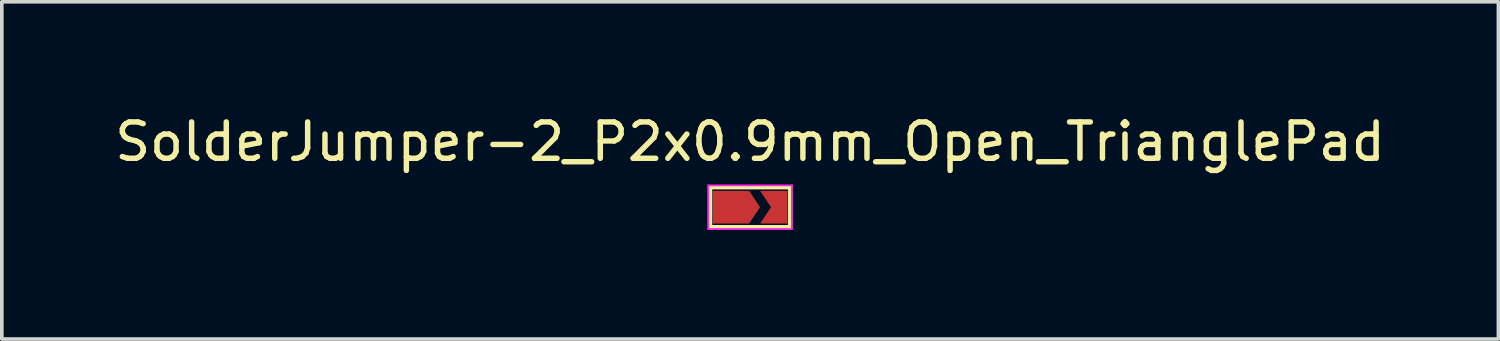
<source format=kicad_pcb>
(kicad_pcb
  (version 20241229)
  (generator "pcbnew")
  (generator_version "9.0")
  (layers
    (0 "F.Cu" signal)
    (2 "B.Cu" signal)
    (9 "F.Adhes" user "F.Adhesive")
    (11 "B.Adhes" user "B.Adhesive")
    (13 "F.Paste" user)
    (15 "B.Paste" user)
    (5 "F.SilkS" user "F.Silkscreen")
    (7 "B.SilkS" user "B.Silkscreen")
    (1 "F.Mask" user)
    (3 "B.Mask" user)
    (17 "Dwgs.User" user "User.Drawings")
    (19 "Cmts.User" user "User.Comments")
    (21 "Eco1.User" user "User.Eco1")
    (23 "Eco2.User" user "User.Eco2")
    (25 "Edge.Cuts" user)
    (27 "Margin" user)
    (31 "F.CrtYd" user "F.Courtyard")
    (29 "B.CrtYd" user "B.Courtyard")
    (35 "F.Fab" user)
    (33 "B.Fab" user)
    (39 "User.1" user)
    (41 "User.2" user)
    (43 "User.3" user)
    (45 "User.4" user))
  (footprint "SolderJumper-2_P2x0.9mm_Open_TrianglePad"
    (layer "F.Cu")
    (at 17.577 2.648)
    (property "Reference" "SolderJumper-2_P2x0.9mm_Open_TrianglePad" (at 0 -1.8 0) (layer "F.SilkS") (effects (font (size 1 1) (thickness 0.15))))
    (attr exclude_from_pos_files exclude_from_bom allow_soldermask_bridges)
    (fp_rect (start -1.025 -0.45) (end 1.025 0.45) (stroke (width 0) (type default)) (fill yes) (layer "F.Mask"))
    (fp_line (start -1.1 -0.55) (end 1.1 -0.55) (stroke (width 0.12) (type solid)) (layer "F.SilkS"))
    (fp_line (start -1.1 0.55) (end -1.1 -0.55) (stroke (width 0.12) (type solid)) (layer "F.SilkS"))
    (fp_line (start 1.1 -0.55) (end 1.1 0.55) (stroke (width 0.12) (type solid)) (layer "F.SilkS"))
    (fp_line (start 1.1 0.55) (end -1.1 0.55) (stroke (width 0.12) (type solid)) (layer "F.SilkS"))
    (fp_line (start -1.15 -0.6) (end -1.15 0.6) (stroke (width 0.05) (type solid)) (layer "F.CrtYd"))
    (fp_line (start -1.15 -0.6) (end 1.15 -0.6) (stroke (width 0.05) (type solid)) (layer "F.CrtYd"))
    (fp_line (start 1.15 0.6) (end -1.15 0.6) (stroke (width 0.05) (type solid)) (layer "F.CrtYd"))
    (fp_line (start 1.15 0.6) (end 1.15 -0.6) (stroke (width 0.05) (type solid)) (layer "F.CrtYd"))
    (pad "1" smd custom (at -0.725 0) (size 0.3 0.3) (layers "F.Cu" "F.Mask") (options (anchor rect)) (primitives (gr_poly (pts (xy 1 0) (xy 0.7 0.45) (xy -0.3 0.45) (xy -0.3 -0.45) (xy 0.7 -0.45)) (width 0) (fill yes))))
    (pad "2" smd custom (at 0.725 0) (size 0.3 0.3) (layers "F.Cu" "F.Mask") (options (anchor rect)) (primitives (gr_poly (pts (xy 0.3 0.45) (xy -0.45 0.45) (xy -0.15 0) (xy -0.45 -0.45) (xy 0.3 -0.45)) (width 0) (fill yes)))))
  (gr_rect
    (start -3 -3)
    (end 38.155 6.273)
    (stroke (width 0.1) (type default))
    (fill no)
    (layer "Edge.Cuts")))
</source>
